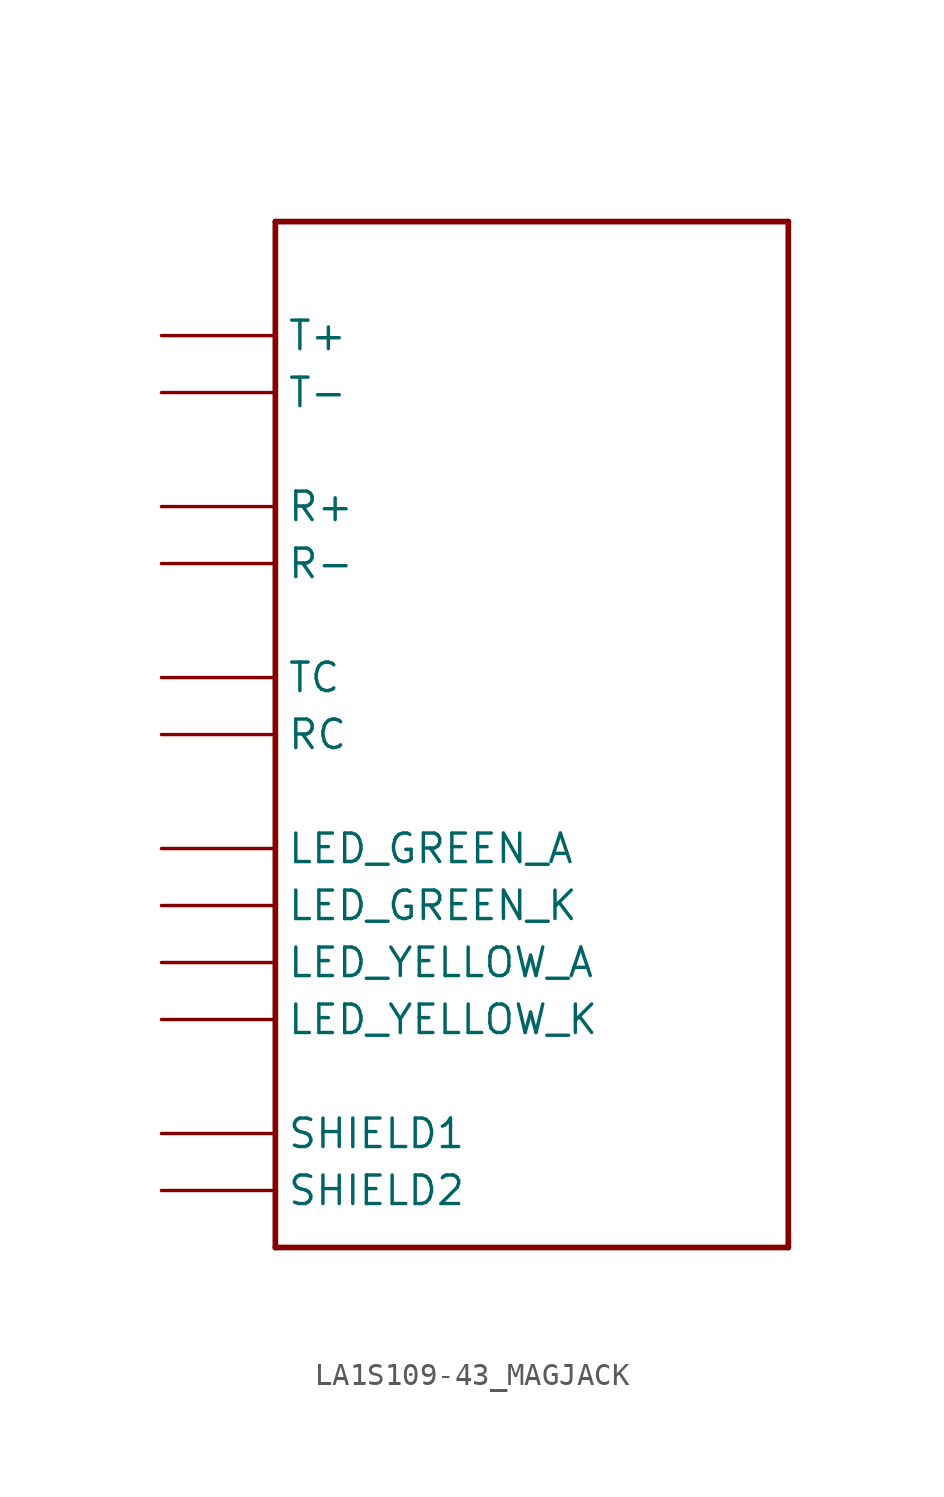
<source format=kicad_sym>
(kicad_symbol_lib
  (version 20231120)
  (generator "kicad_symbol_editor")
  (generator_version "8.0")
  (symbol "LA1S109-43_MAGJACK"
    (property "Reference" ""
      (at -12.7 18.415 0)
      (effects (font (size 1.778 1.511)) (justify left bottom) (hide yes)))
    (property "Value" ""
      (at 0.635 18.415 0)
      (effects (font (size 1.778 1.511)) (justify left bottom)))
    (property "ki_locked" ""
      (at 0 0 0)
      (effects (font (size 1.27 1.27))))
    (symbol "LA1S109-43_MAGJACK_1_0"
      (polyline (pts (xy -12.7 -27.94) (xy -12.7 17.78)) (stroke (width 0.254) (type solid)) (fill (type none)))
      (polyline (pts (xy -12.7 17.78) (xy 10.16 17.78)) (stroke (width 0.254) (type solid)) (fill (type none)))
      (polyline (pts (xy 10.16 -27.94) (xy -12.7 -27.94)) (stroke (width 0.254) (type solid)) (fill (type none)))
      (polyline (pts (xy 10.16 17.78) (xy 10.16 -27.94)) (stroke (width 0.254) (type solid)) (fill (type none)))
      (pin bidirectional line (at -17.78 -10.16 0) (length 5.08) (name "LED_GREEN_A" (effects (font (size 1.27 1.27)))) (number "GREEN+" (effects (font (size 0 0)))))
      (pin bidirectional line (at -17.78 -12.7 0) (length 5.08) (name "LED_GREEN_K" (effects (font (size 1.27 1.27)))) (number "GREEN-" (effects (font (size 0 0)))))
      (pin bidirectional line (at -17.78 12.7 0) (length 5.08) (name "T+" (effects (font (size 1.27 1.27)))) (number "P$1" (effects (font (size 0 0)))))
      (pin bidirectional line (at -17.78 10.16 0) (length 5.08) (name "T-" (effects (font (size 1.27 1.27)))) (number "P$2" (effects (font (size 0 0)))))
      (pin bidirectional line (at -17.78 5.08 0) (length 5.08) (name "R+" (effects (font (size 1.27 1.27)))) (number "P$3" (effects (font (size 0 0)))))
      (pin bidirectional line (at -17.78 2.54 0) (length 5.08) (name "R-" (effects (font (size 1.27 1.27)))) (number "P$4" (effects (font (size 0 0)))))
      (pin bidirectional line (at -17.78 -5.08 0) (length 5.08) (name "RC" (effects (font (size 1.27 1.27)))) (number "P$5" (effects (font (size 0 0)))))
      (pin bidirectional line (at -17.78 -2.54 0) (length 5.08) (name "TC" (effects (font (size 1.27 1.27)))) (number "P$6" (effects (font (size 0 0)))))
      (pin bidirectional line (at -17.78 -22.86 0) (length 5.08) (name "SHIELD1" (effects (font (size 1.27 1.27)))) (number "SHIELD" (effects (font (size 0 0)))))
      (pin bidirectional line (at -17.78 -25.4 0) (length 5.08) (name "SHIELD2" (effects (font (size 1.27 1.27)))) (number "SHIELD2" (effects (font (size 0 0)))))
      (pin bidirectional line (at -17.78 -15.24 0) (length 5.08) (name "LED_YELLOW_A" (effects (font (size 1.27 1.27)))) (number "YELLO+" (effects (font (size 0 0)))))
      (pin bidirectional line (at -17.78 -17.78 0) (length 5.08) (name "LED_YELLOW_K" (effects (font (size 1.27 1.27)))) (number "YELLOW-" (effects (font (size 0 0))))))))
</source>
